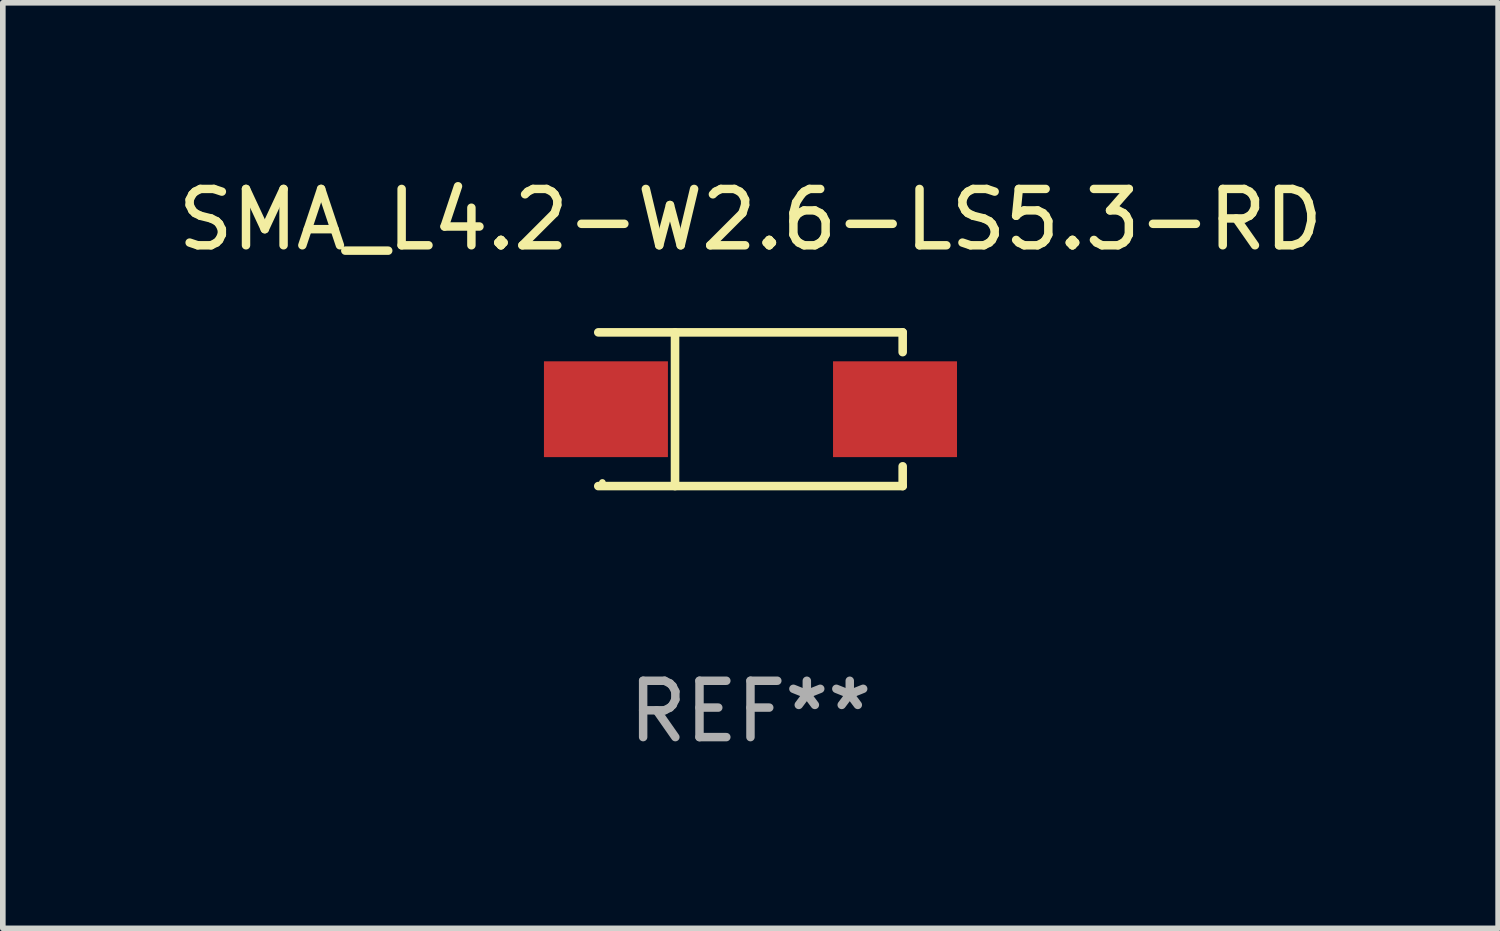
<source format=kicad_pcb>
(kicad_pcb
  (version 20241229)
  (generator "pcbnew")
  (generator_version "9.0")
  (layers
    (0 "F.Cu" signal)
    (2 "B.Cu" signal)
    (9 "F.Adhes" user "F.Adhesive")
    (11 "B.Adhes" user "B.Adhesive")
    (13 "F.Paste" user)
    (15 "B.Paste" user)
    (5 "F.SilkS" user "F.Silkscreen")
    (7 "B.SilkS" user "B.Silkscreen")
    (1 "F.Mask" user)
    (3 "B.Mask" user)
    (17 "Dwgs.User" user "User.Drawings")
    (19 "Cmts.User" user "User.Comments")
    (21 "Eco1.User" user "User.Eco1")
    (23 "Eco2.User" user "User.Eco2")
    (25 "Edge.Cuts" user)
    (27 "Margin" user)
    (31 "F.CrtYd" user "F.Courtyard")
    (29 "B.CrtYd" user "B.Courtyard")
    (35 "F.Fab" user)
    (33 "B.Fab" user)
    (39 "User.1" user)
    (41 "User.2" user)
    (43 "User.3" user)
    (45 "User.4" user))
  (footprint "SMA_L4.2-W2.6-LS5.3-RD"
    (layer "F.Cu")
    (at 10.268 4.212)
    (property "Reference" "SMA_L4.2-W2.6-LS5.3-RD" (at -0.000025 -3.364 0) (layer "F.SilkS") (effects (font (size 1 1) (thickness 0.15))))
    (attr through_hole)
    (fp_line (start -2.701 -1.364) (end 2.701 -1.364) (stroke (width 0.152) (type solid)) (layer "F.SilkS"))
    (fp_line (start -2.701 1.364) (end 2.701 1.364) (stroke (width 0.152) (type solid)) (layer "F.SilkS"))
    (fp_line (start -1.339 -1.364) (end -1.339 1.364) (stroke (width 0.152) (type solid)) (layer "F.SilkS"))
    (fp_line (start 2.701 -1.364) (end 2.701 -1.013) (stroke (width 0.152) (type solid)) (layer "F.SilkS"))
    (fp_line (start 2.701 1.364) (end 2.701 1.013) (stroke (width 0.152) (type solid)) (layer "F.SilkS"))
    (fp_circle (center -2.628 1.3) (end -2.598 1.3) (stroke (width 0.06) (type solid)) (fill no) (layer "F.SilkS"))
    (fp_text user "REF**" (at -0.000025 5.364 0) (layer "F.Fab") (effects (font (size 1 1) (thickness 0.15))))
    (pad "1" smd rect (at -2.565 0) (size 2.2 1.7) (layers "F.Cu" "F.Mask" "F.Paste"))
    (pad "2" smd rect (at 2.565 0) (size 2.2 1.7) (layers "F.Cu" "F.Mask" "F.Paste")))
  (gr_rect
    (start -3 -3)
    (end 23.536 13.424)
    (stroke (width 0.1) (type default))
    (fill no)
    (layer "Edge.Cuts")))
</source>
